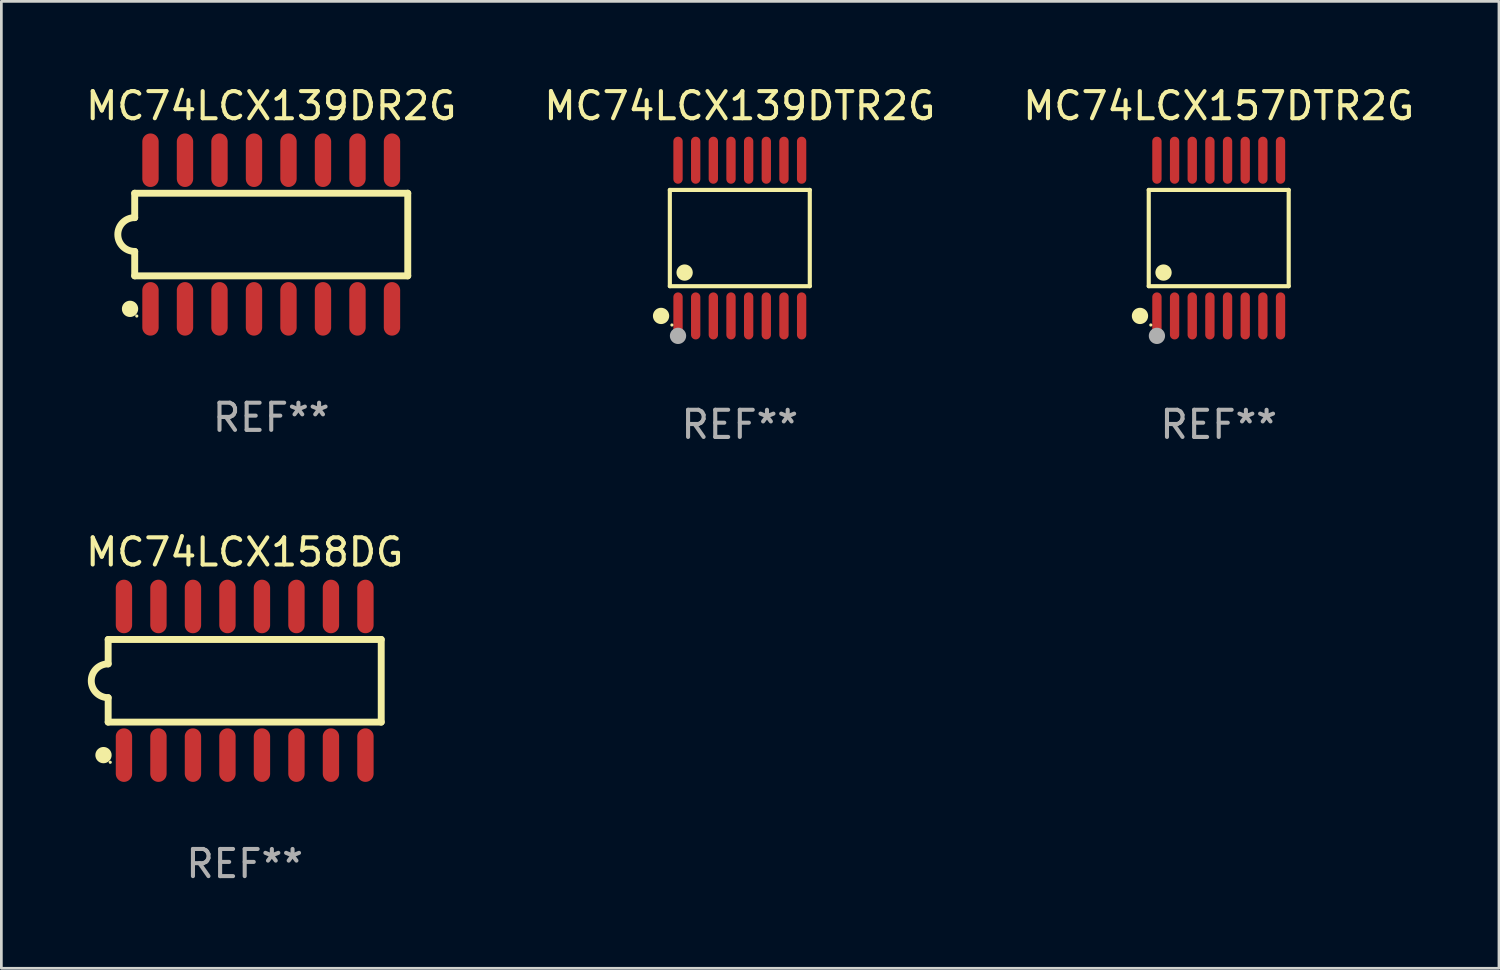
<source format=kicad_pcb>
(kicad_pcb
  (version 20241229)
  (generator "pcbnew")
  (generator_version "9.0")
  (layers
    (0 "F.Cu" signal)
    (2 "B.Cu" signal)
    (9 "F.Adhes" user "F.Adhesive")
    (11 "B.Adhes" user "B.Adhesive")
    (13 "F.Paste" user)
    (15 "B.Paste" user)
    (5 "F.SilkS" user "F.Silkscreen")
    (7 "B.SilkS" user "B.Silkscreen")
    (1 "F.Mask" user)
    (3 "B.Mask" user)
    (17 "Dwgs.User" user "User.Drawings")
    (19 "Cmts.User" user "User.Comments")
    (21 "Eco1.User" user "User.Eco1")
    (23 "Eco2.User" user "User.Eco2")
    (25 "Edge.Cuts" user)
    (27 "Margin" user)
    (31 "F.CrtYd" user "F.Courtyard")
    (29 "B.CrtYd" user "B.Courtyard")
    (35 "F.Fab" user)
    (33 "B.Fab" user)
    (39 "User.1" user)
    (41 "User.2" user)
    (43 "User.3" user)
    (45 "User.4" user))
  (footprint "MC74LCX158DG"
    (layer "F.Cu")
    (at 5.958 22.012)
    (property "Reference" "MC74LCX158DG" (at 0 -4.736 0) (layer "F.SilkS") (effects (font (size 1 1) (thickness 0.15))))
    (attr through_hole)
    (fp_line (start -5.026 -1.521) (end -5.026 -0.621) (stroke (width 0.254) (type solid)) (layer "F.SilkS"))
    (fp_line (start -5.026 -1.521) (end 5.026 -1.521) (stroke (width 0.254) (type solid)) (layer "F.SilkS"))
    (fp_line (start -5.026 1.521) (end -5.026 0.621) (stroke (width 0.254) (type solid)) (layer "F.SilkS"))
    (fp_line (start 5.026 -1.521) (end 5.026 1.521) (stroke (width 0.254) (type solid)) (layer "F.SilkS"))
    (fp_line (start 5.026 1.521) (end -5.026 1.521) (stroke (width 0.254) (type solid)) (layer "F.SilkS"))
    (fp_arc (start -5.026187 0.621387) (mid -5.647752 -0.000787) (end -5.025781 -0.622555) (stroke (width 0.254001) (type solid)) (layer "F.SilkS"))
    (fp_circle (center -5.198 2.736) (end -5.048 2.736) (stroke (width 0.3) (type solid)) (fill no) (layer "F.SilkS"))
    (fp_circle (center -4.95 3) (end -4.92 3) (stroke (width 0.06) (type solid)) (fill no) (layer "F.SilkS"))
    (fp_text user "REF**" (at 0 6.736 0) (layer "F.Fab") (effects (font (size 1 1) (thickness 0.15))))
    (pad "1" smd oval (at -4.445 2.736) (size 0.602 1.971) (layers "F.Cu" "F.Mask" "F.Paste"))
    (pad "2" smd oval (at -3.175 2.736) (size 0.602 1.971) (layers "F.Cu" "F.Mask" "F.Paste"))
    (pad "3" smd oval (at -1.905 2.736) (size 0.602 1.971) (layers "F.Cu" "F.Mask" "F.Paste"))
    (pad "4" smd oval (at -0.635 2.736) (size 0.602 1.971) (layers "F.Cu" "F.Mask" "F.Paste"))
    (pad "5" smd oval (at 0.635 2.736) (size 0.602 1.971) (layers "F.Cu" "F.Mask" "F.Paste"))
    (pad "6" smd oval (at 1.905 2.736) (size 0.602 1.971) (layers "F.Cu" "F.Mask" "F.Paste"))
    (pad "7" smd oval (at 3.175 2.736) (size 0.602 1.971) (layers "F.Cu" "F.Mask" "F.Paste"))
    (pad "8" smd oval (at 4.445 2.736) (size 0.602 1.971) (layers "F.Cu" "F.Mask" "F.Paste"))
    (pad "9" smd oval (at 4.445 -2.736) (size 0.602 1.971) (layers "F.Cu" "F.Mask" "F.Paste"))
    (pad "10" smd oval (at 3.175 -2.736) (size 0.602 1.971) (layers "F.Cu" "F.Mask" "F.Paste"))
    (pad "11" smd oval (at 1.905 -2.736) (size 0.602 1.971) (layers "F.Cu" "F.Mask" "F.Paste"))
    (pad "12" smd oval (at 0.635 -2.736) (size 0.602 1.971) (layers "F.Cu" "F.Mask" "F.Paste"))
    (pad "13" smd oval (at -0.635 -2.736) (size 0.602 1.971) (layers "F.Cu" "F.Mask" "F.Paste"))
    (pad "14" smd oval (at -1.905 -2.736) (size 0.602 1.971) (layers "F.Cu" "F.Mask" "F.Paste"))
    (pad "15" smd oval (at -3.175 -2.736) (size 0.602 1.971) (layers "F.Cu" "F.Mask" "F.Paste"))
    (pad "16" smd oval (at -4.445 -2.736) (size 0.602 1.971) (layers "F.Cu" "F.Mask" "F.Paste")))
  (footprint "MC74LCX157DTR2G"
    (layer "F.Cu")
    (at 41.815 5.714)
    (property "Reference" "MC74LCX157DTR2G" (at 0 -4.866 0) (layer "F.SilkS") (effects (font (size 1 1) (thickness 0.15))))
    (attr through_hole)
    (fp_line (start -2.576 -1.772) (end 2.576 -1.772) (stroke (width 0.152) (type solid)) (layer "F.SilkS"))
    (fp_line (start -2.576 1.771) (end -2.576 -1.772) (stroke (width 0.152) (type solid)) (layer "F.SilkS"))
    (fp_line (start 2.576 -1.772) (end 2.576 1.771) (stroke (width 0.152) (type solid)) (layer "F.SilkS"))
    (fp_line (start 2.576 1.771) (end -2.576 1.771) (stroke (width 0.152) (type solid)) (layer "F.SilkS"))
    (fp_circle (center -2.899 2.866) (end -2.749 2.866) (stroke (width 0.3) (type solid)) (fill no) (layer "F.SilkS"))
    (fp_circle (center -2.5 3.2) (end -2.47 3.2) (stroke (width 0.06) (type solid)) (fill no) (layer "F.SilkS"))
    (fp_circle (center -2.032 1.27) (end -1.882 1.27) (stroke (width 0.3) (type solid)) (fill no) (layer "F.SilkS"))
    (fp_circle (center -2.275 3.6) (end -2.125 3.6) (stroke (width 0.3) (type solid)) (fill no) (layer "F.Fab"))
    (fp_text user "REF**" (at 0 6.866 0) (layer "F.Fab") (effects (font (size 1 1) (thickness 0.15))))
    (pad "1" smd oval (at -2.275 2.866) (size 0.343 1.731) (layers "F.Cu" "F.Mask" "F.Paste"))
    (pad "2" smd oval (at -1.625 2.866) (size 0.343 1.731) (layers "F.Cu" "F.Mask" "F.Paste"))
    (pad "3" smd oval (at -0.975 2.866) (size 0.343 1.731) (layers "F.Cu" "F.Mask" "F.Paste"))
    (pad "4" smd oval (at -0.325 2.866) (size 0.343 1.731) (layers "F.Cu" "F.Mask" "F.Paste"))
    (pad "5" smd oval (at 0.325 2.866) (size 0.343 1.731) (layers "F.Cu" "F.Mask" "F.Paste"))
    (pad "6" smd oval (at 0.975 2.866) (size 0.343 1.731) (layers "F.Cu" "F.Mask" "F.Paste"))
    (pad "7" smd oval (at 1.625 2.866) (size 0.343 1.731) (layers "F.Cu" "F.Mask" "F.Paste"))
    (pad "8" smd oval (at 2.275 2.866) (size 0.343 1.731) (layers "F.Cu" "F.Mask" "F.Paste"))
    (pad "9" smd oval (at 2.275 -2.866) (size 0.343 1.731) (layers "F.Cu" "F.Mask" "F.Paste"))
    (pad "10" smd oval (at 1.625 -2.866) (size 0.343 1.731) (layers "F.Cu" "F.Mask" "F.Paste"))
    (pad "11" smd oval (at 0.975 -2.866) (size 0.343 1.731) (layers "F.Cu" "F.Mask" "F.Paste"))
    (pad "12" smd oval (at 0.325 -2.866) (size 0.343 1.731) (layers "F.Cu" "F.Mask" "F.Paste"))
    (pad "13" smd oval (at -0.325 -2.866) (size 0.343 1.731) (layers "F.Cu" "F.Mask" "F.Paste"))
    (pad "14" smd oval (at -0.975 -2.866) (size 0.343 1.731) (layers "F.Cu" "F.Mask" "F.Paste"))
    (pad "15" smd oval (at -1.625 -2.866) (size 0.343 1.731) (layers "F.Cu" "F.Mask" "F.Paste"))
    (pad "16" smd oval (at -2.275 -2.866) (size 0.343 1.731) (layers "F.Cu" "F.Mask" "F.Paste")))
  (footprint "MC74LCX139DR2G"
    (layer "F.Cu")
    (at 6.935 5.584)
    (property "Reference" "MC74LCX139DR2G" (at 0 -4.736 0) (layer "F.SilkS") (effects (font (size 1 1) (thickness 0.15))))
    (attr through_hole)
    (fp_line (start -5.026 -1.521) (end -5.026 -0.621) (stroke (width 0.254) (type solid)) (layer "F.SilkS"))
    (fp_line (start -5.026 -1.521) (end 5.026 -1.521) (stroke (width 0.254) (type solid)) (layer "F.SilkS"))
    (fp_line (start -5.026 1.521) (end -5.026 0.621) (stroke (width 0.254) (type solid)) (layer "F.SilkS"))
    (fp_line (start 5.026 -1.521) (end 5.026 1.521) (stroke (width 0.254) (type solid)) (layer "F.SilkS"))
    (fp_line (start 5.026 1.521) (end -5.026 1.521) (stroke (width 0.254) (type solid)) (layer "F.SilkS"))
    (fp_arc (start -5.026187 0.621387) (mid -5.647752 -0.000787) (end -5.025781 -0.622555) (stroke (width 0.254001) (type solid)) (layer "F.SilkS"))
    (fp_circle (center -5.198 2.736) (end -5.048 2.736) (stroke (width 0.3) (type solid)) (fill no) (layer "F.SilkS"))
    (fp_circle (center -4.95 3) (end -4.92 3) (stroke (width 0.06) (type solid)) (fill no) (layer "F.SilkS"))
    (fp_text user "REF**" (at 0 6.736 0) (layer "F.Fab") (effects (font (size 1 1) (thickness 0.15))))
    (pad "1" smd oval (at -4.445 2.736) (size 0.602 1.971) (layers "F.Cu" "F.Mask" "F.Paste"))
    (pad "2" smd oval (at -3.175 2.736) (size 0.602 1.971) (layers "F.Cu" "F.Mask" "F.Paste"))
    (pad "3" smd oval (at -1.905 2.736) (size 0.602 1.971) (layers "F.Cu" "F.Mask" "F.Paste"))
    (pad "4" smd oval (at -0.635 2.736) (size 0.602 1.971) (layers "F.Cu" "F.Mask" "F.Paste"))
    (pad "5" smd oval (at 0.635 2.736) (size 0.602 1.971) (layers "F.Cu" "F.Mask" "F.Paste"))
    (pad "6" smd oval (at 1.905 2.736) (size 0.602 1.971) (layers "F.Cu" "F.Mask" "F.Paste"))
    (pad "7" smd oval (at 3.175 2.736) (size 0.602 1.971) (layers "F.Cu" "F.Mask" "F.Paste"))
    (pad "8" smd oval (at 4.445 2.736) (size 0.602 1.971) (layers "F.Cu" "F.Mask" "F.Paste"))
    (pad "9" smd oval (at 4.445 -2.736) (size 0.602 1.971) (layers "F.Cu" "F.Mask" "F.Paste"))
    (pad "10" smd oval (at 3.175 -2.736) (size 0.602 1.971) (layers "F.Cu" "F.Mask" "F.Paste"))
    (pad "11" smd oval (at 1.905 -2.736) (size 0.602 1.971) (layers "F.Cu" "F.Mask" "F.Paste"))
    (pad "12" smd oval (at 0.635 -2.736) (size 0.602 1.971) (layers "F.Cu" "F.Mask" "F.Paste"))
    (pad "13" smd oval (at -0.635 -2.736) (size 0.602 1.971) (layers "F.Cu" "F.Mask" "F.Paste"))
    (pad "14" smd oval (at -1.905 -2.736) (size 0.602 1.971) (layers "F.Cu" "F.Mask" "F.Paste"))
    (pad "15" smd oval (at -3.175 -2.736) (size 0.602 1.971) (layers "F.Cu" "F.Mask" "F.Paste"))
    (pad "16" smd oval (at -4.445 -2.736) (size 0.602 1.971) (layers "F.Cu" "F.Mask" "F.Paste")))
  (footprint "MC74LCX139DTR2G"
    (layer "F.Cu")
    (at 24.185 5.714)
    (property "Reference" "MC74LCX139DTR2G" (at 0 -4.866 0) (layer "F.SilkS") (effects (font (size 1 1) (thickness 0.15))))
    (attr through_hole)
    (fp_line (start -2.576 -1.772) (end 2.576 -1.772) (stroke (width 0.152) (type solid)) (layer "F.SilkS"))
    (fp_line (start -2.576 1.771) (end -2.576 -1.772) (stroke (width 0.152) (type solid)) (layer "F.SilkS"))
    (fp_line (start 2.576 -1.772) (end 2.576 1.771) (stroke (width 0.152) (type solid)) (layer "F.SilkS"))
    (fp_line (start 2.576 1.771) (end -2.576 1.771) (stroke (width 0.152) (type solid)) (layer "F.SilkS"))
    (fp_circle (center -2.899 2.866) (end -2.749 2.866) (stroke (width 0.3) (type solid)) (fill no) (layer "F.SilkS"))
    (fp_circle (center -2.5 3.2) (end -2.47 3.2) (stroke (width 0.06) (type solid)) (fill no) (layer "F.SilkS"))
    (fp_circle (center -2.032 1.27) (end -1.882 1.27) (stroke (width 0.3) (type solid)) (fill no) (layer "F.SilkS"))
    (fp_circle (center -2.275 3.6) (end -2.125 3.6) (stroke (width 0.3) (type solid)) (fill no) (layer "F.Fab"))
    (fp_text user "REF**" (at 0 6.866 0) (layer "F.Fab") (effects (font (size 1 1) (thickness 0.15))))
    (pad "1" smd oval (at -2.275 2.866) (size 0.343 1.731) (layers "F.Cu" "F.Mask" "F.Paste"))
    (pad "2" smd oval (at -1.625 2.866) (size 0.343 1.731) (layers "F.Cu" "F.Mask" "F.Paste"))
    (pad "3" smd oval (at -0.975 2.866) (size 0.343 1.731) (layers "F.Cu" "F.Mask" "F.Paste"))
    (pad "4" smd oval (at -0.325 2.866) (size 0.343 1.731) (layers "F.Cu" "F.Mask" "F.Paste"))
    (pad "5" smd oval (at 0.325 2.866) (size 0.343 1.731) (layers "F.Cu" "F.Mask" "F.Paste"))
    (pad "6" smd oval (at 0.975 2.866) (size 0.343 1.731) (layers "F.Cu" "F.Mask" "F.Paste"))
    (pad "7" smd oval (at 1.625 2.866) (size 0.343 1.731) (layers "F.Cu" "F.Mask" "F.Paste"))
    (pad "8" smd oval (at 2.275 2.866) (size 0.343 1.731) (layers "F.Cu" "F.Mask" "F.Paste"))
    (pad "9" smd oval (at 2.275 -2.866) (size 0.343 1.731) (layers "F.Cu" "F.Mask" "F.Paste"))
    (pad "10" smd oval (at 1.625 -2.866) (size 0.343 1.731) (layers "F.Cu" "F.Mask" "F.Paste"))
    (pad "11" smd oval (at 0.975 -2.866) (size 0.343 1.731) (layers "F.Cu" "F.Mask" "F.Paste"))
    (pad "12" smd oval (at 0.325 -2.866) (size 0.343 1.731) (layers "F.Cu" "F.Mask" "F.Paste"))
    (pad "13" smd oval (at -0.325 -2.866) (size 0.343 1.731) (layers "F.Cu" "F.Mask" "F.Paste"))
    (pad "14" smd oval (at -0.975 -2.866) (size 0.343 1.731) (layers "F.Cu" "F.Mask" "F.Paste"))
    (pad "15" smd oval (at -1.625 -2.866) (size 0.343 1.731) (layers "F.Cu" "F.Mask" "F.Paste"))
    (pad "16" smd oval (at -2.275 -2.866) (size 0.343 1.731) (layers "F.Cu" "F.Mask" "F.Paste")))
  (gr_rect
    (start -3 -3)
    (end 52.131 32.596)
    (stroke (width 0.1) (type default))
    (fill no)
    (layer "Edge.Cuts")))
</source>
